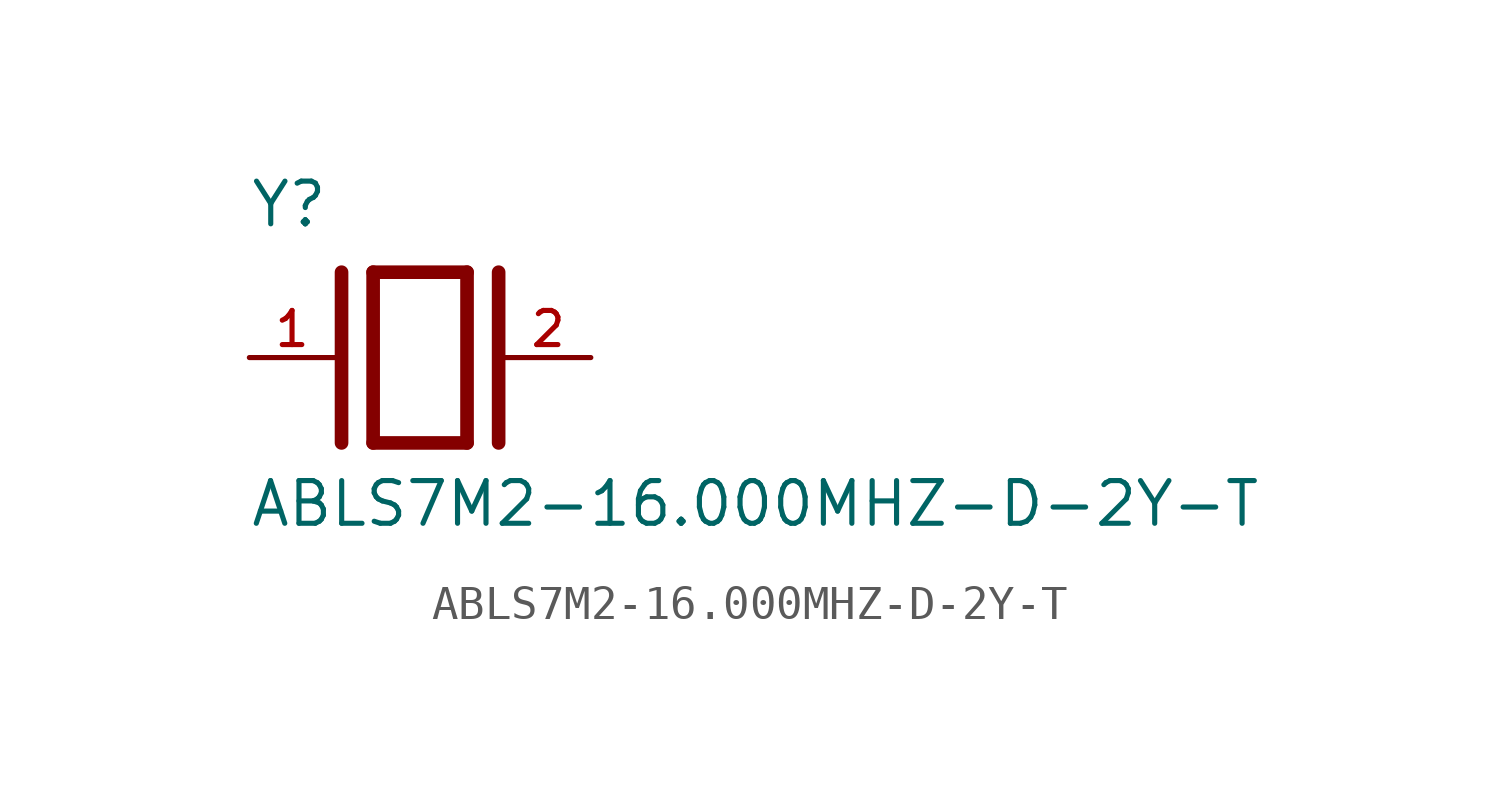
<source format=kicad_sym>
(kicad_symbol_lib
  (version 20211014)
  (generator kicad_symbol_editor)
  (symbol "ABLS7M2-16.000MHZ-D-2Y-T"
    (pin_names
      (offset 1.016))
    (property "Reference" "Y"
      (at -5.088 3.816 0)
      (effects (font (size 1.27 1.27)) (justify bottom left)))
    (property "Value" "ABLS7M2-16.000MHZ-D-2Y-T"
      (at -5.094 -5.094 0)
      (effects (font (size 1.27 1.27)) (justify bottom left)))
    (symbol "ABLS7M2-16.000MHZ-D-2Y-T_0_0"
      (polyline (pts (xy -1.397 2.54) (xy 1.397 2.54)) (stroke (width 0.406)))
      (polyline (pts (xy 1.397 2.54) (xy 1.397 -2.54)) (stroke (width 0.406)))
      (polyline (pts (xy 1.397 -2.54) (xy -1.397 -2.54)) (stroke (width 0.406)))
      (polyline (pts (xy -1.397 2.54) (xy -1.397 -2.54)) (stroke (width 0.406)))
      (polyline (pts (xy 2.337 2.54) (xy 2.337 -2.54)) (stroke (width 0.406)))
      (polyline (pts (xy -2.337 2.54) (xy -2.337 -2.54)) (stroke (width 0.406)))
      (pin passive line (at 5.08 0.0 180.0) (length 2.54) (name "~" (effects (font (size 1.016 1.016)))) (number "2" (effects (font (size 1.016 1.016)))))
      (pin passive line (at -5.08 0.0 0) (length 2.54) (name "~" (effects (font (size 1.016 1.016)))) (number "1" (effects (font (size 1.016 1.016))))))))
</source>
